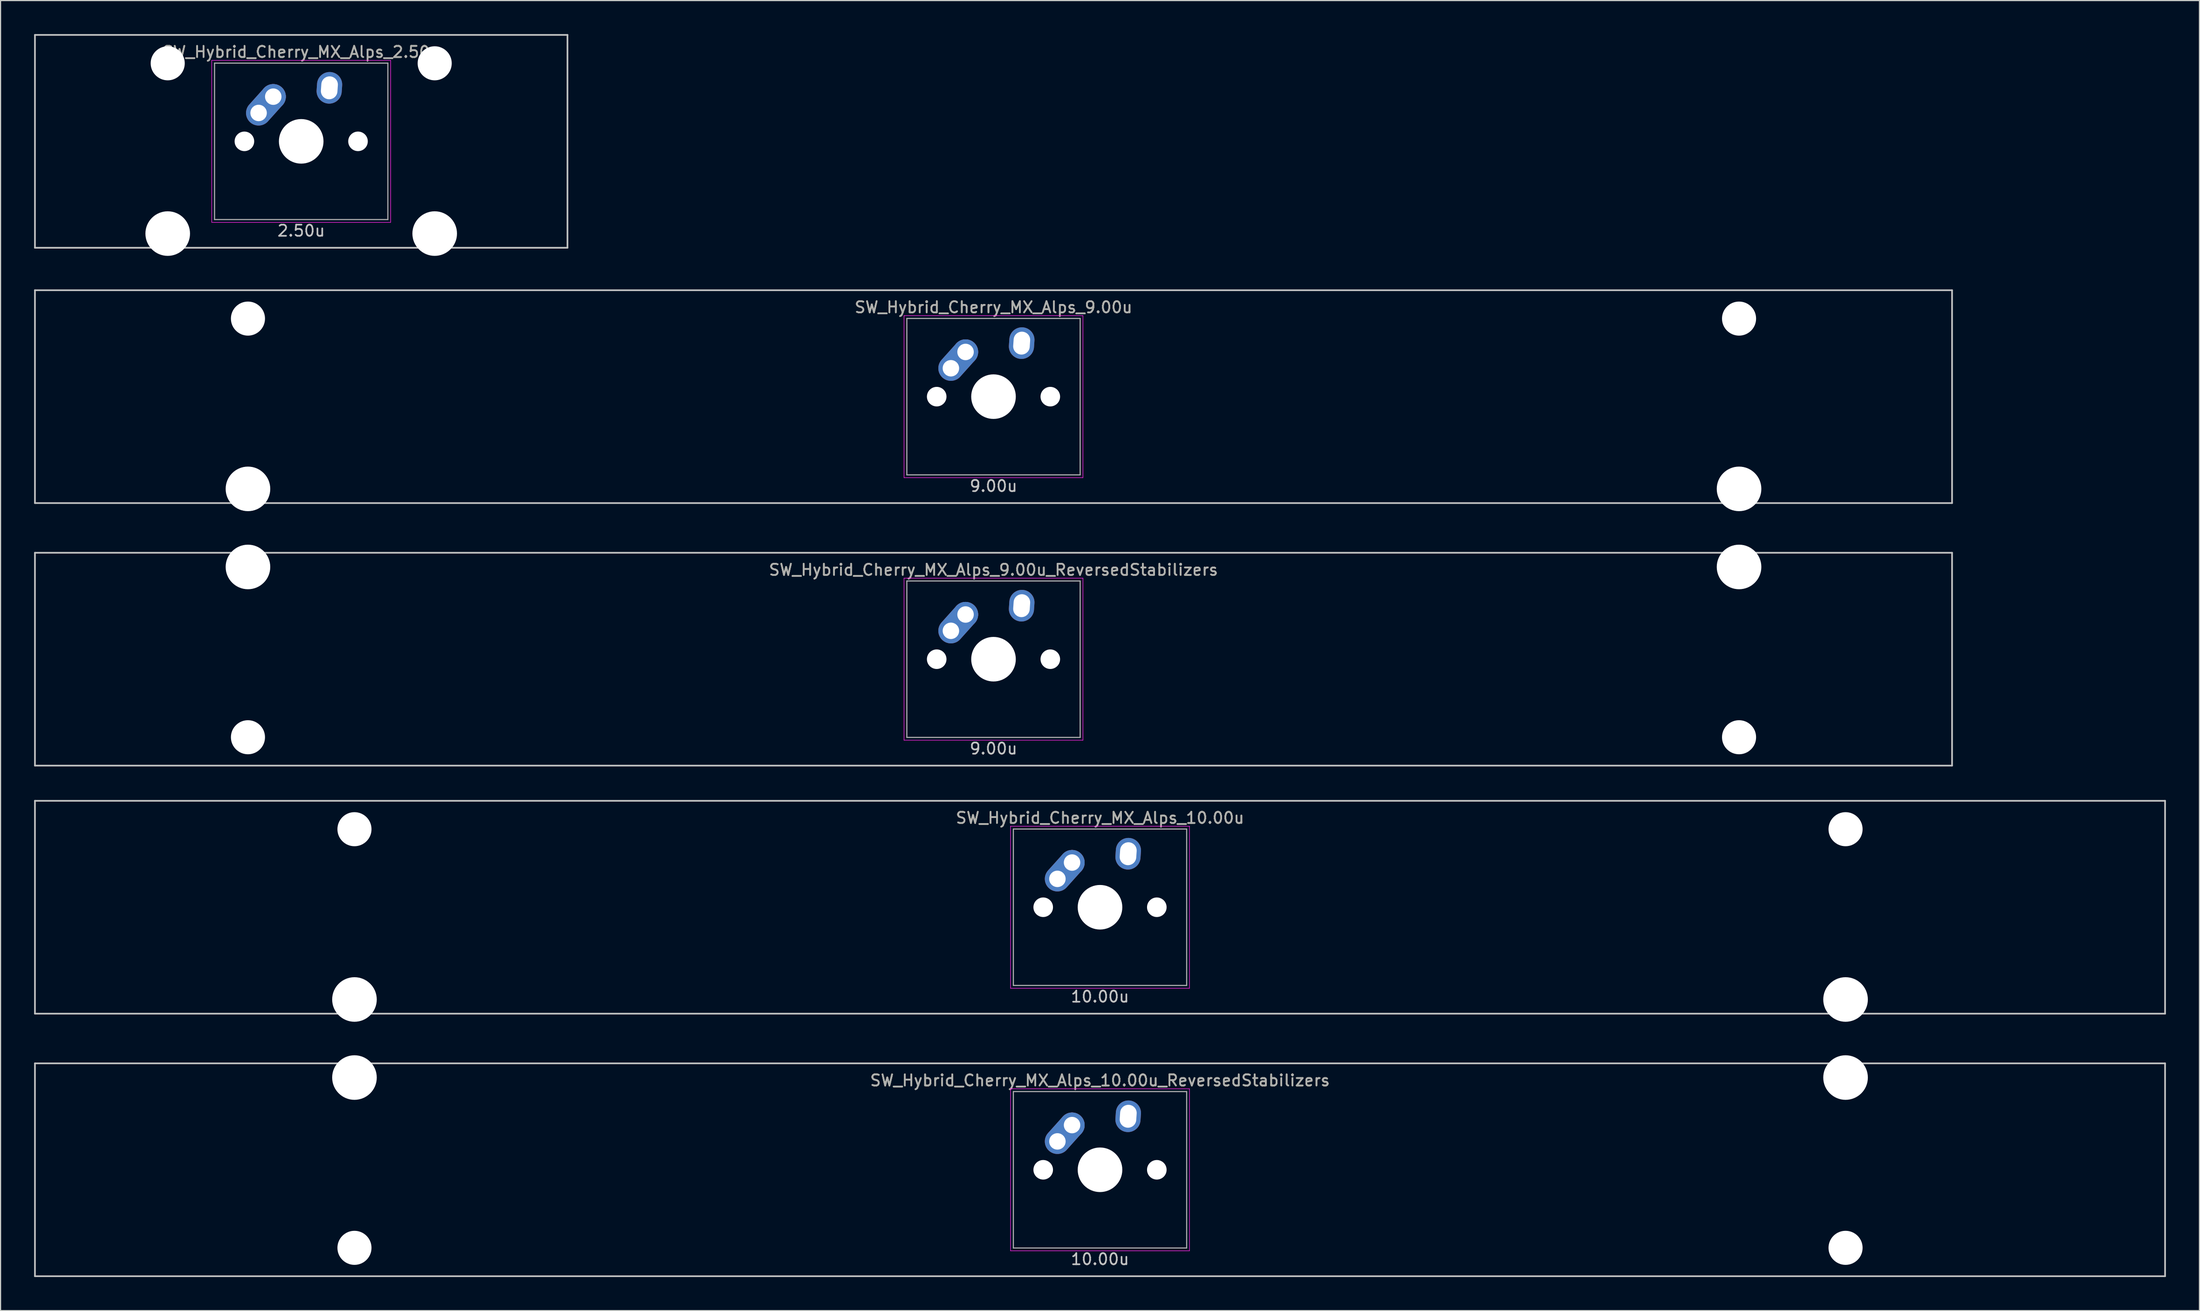
<source format=kicad_pcb>
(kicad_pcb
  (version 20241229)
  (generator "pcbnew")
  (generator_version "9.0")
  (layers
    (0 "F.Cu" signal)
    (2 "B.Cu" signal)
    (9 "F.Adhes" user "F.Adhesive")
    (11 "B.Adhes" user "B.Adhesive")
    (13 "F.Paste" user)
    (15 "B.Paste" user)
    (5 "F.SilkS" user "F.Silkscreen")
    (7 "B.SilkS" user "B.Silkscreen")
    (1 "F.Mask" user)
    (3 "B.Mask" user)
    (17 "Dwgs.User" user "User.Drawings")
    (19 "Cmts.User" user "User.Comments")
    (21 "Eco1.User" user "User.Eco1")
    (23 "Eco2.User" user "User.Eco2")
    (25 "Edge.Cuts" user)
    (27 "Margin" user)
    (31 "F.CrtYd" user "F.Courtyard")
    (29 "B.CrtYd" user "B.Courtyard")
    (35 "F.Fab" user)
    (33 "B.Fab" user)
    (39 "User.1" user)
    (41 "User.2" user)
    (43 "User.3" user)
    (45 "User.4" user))
  (footprint "SW_Hybrid_Cherry_MX_Alps_2.50u"
    (layer "F.Cu")
    (at 23.887 9.6)
    (property "Reference" "SW_Hybrid_Cherry_MX_Alps_2.50u" (at 0 -8 0) (layer "F.SilkS") (effects (font (size 1 1) (thickness 0.15))))
    (attr through_hole)
    (fp_line (start -23.812 -9.525) (end 23.812 -9.525) (stroke (width 0.15) (type solid)) (layer "Dwgs.User"))
    (fp_line (start -23.812 9.525) (end -23.812 -9.525) (stroke (width 0.15) (type solid)) (layer "Dwgs.User"))
    (fp_line (start -23.812 9.525) (end 23.812 9.525) (stroke (width 0.15) (type solid)) (layer "Dwgs.User"))
    (fp_line (start 23.812 -9.525) (end 23.812 9.525) (stroke (width 0.15) (type solid)) (layer "Dwgs.User"))
    (fp_line (start -8 -7.25) (end 8 -7.25) (stroke (width 0.05) (type solid)) (layer "F.CrtYd"))
    (fp_line (start -8 7.25) (end -8 -7.25) (stroke (width 0.05) (type solid)) (layer "F.CrtYd"))
    (fp_line (start 8 -7.25) (end 8 7.25) (stroke (width 0.05) (type solid)) (layer "F.CrtYd"))
    (fp_line (start 8 7.25) (end -8 7.25) (stroke (width 0.05) (type solid)) (layer "F.CrtYd"))
    (fp_line (start -7.75 -7) (end 7.75 -7) (stroke (width 0.1) (type solid)) (layer "F.Fab"))
    (fp_line (start -7.75 7) (end -7.75 -7) (stroke (width 0.1) (type solid)) (layer "F.Fab"))
    (fp_line (start 7.75 -7) (end 7.75 7) (stroke (width 0.1) (type solid)) (layer "F.Fab"))
    (fp_line (start 7.75 7) (end -7.75 7) (stroke (width 0.1) (type solid)) (layer "F.Fab"))
    (fp_text user "2.50u" (at 0 8 0) (layer "Dwgs.User") (effects (font (size 1 1) (thickness 0.15))))
    (fp_text user "${REFERENCE}" (at 0 -8 0) (layer "F.Fab") (effects (font (size 1 1) (thickness 0.15))))
    (pad "" np_thru_hole circle (at -11.938 -6.985) (size 3.048 3.048) (drill 3.048) (layers "*.Cu" "*.Mask"))
    (pad "" np_thru_hole circle (at -11.938 8.255) (size 3.988 3.988) (drill 3.988) (layers "*.Cu" "*.Mask"))
    (pad "" np_thru_hole circle (at -5.08 0 48.1) (size 1.75 1.75) (drill 1.75) (layers "*.Cu" "*.Mask"))
    (pad "" np_thru_hole circle (at 0 0) (size 3.988 3.988) (drill 3.988) (layers "*.Cu" "*.Mask"))
    (pad "" np_thru_hole circle (at 5.08 0 48.1) (size 1.75 1.75) (drill 1.75) (layers "*.Cu" "*.Mask"))
    (pad "" np_thru_hole circle (at 11.938 -6.985) (size 3.048 3.048) (drill 3.048) (layers "*.Cu" "*.Mask"))
    (pad "" np_thru_hole circle (at 11.938 8.255) (size 3.988 3.988) (drill 3.988) (layers "*.Cu" "*.Mask"))
    (pad "1" thru_hole oval (at -3.81 -2.54 48.1) (size 4.212 2.25) (drill 1.47 (offset 0.981 0)) (layers "*.Cu" "B.Mask"))
    (pad "1" thru_hole circle (at -2.5 -4) (size 2.25 2.25) (drill 1.47) (layers "*.Cu" "B.Mask"))
    (pad "2" thru_hole oval (at 2.52 -4.79 86) (size 2.831 2.25) (drill oval 2.051 1.48) (layers "*.Cu" "B.Mask")))
  (footprint "SW_Hybrid_Cherry_MX_Alps_10.00u"
    (layer "F.Cu")
    (at 95.325 78.147)
    (property "Reference" "SW_Hybrid_Cherry_MX_Alps_10.00u" (at 0 -8 0) (layer "F.SilkS") (effects (font (size 1 1) (thickness 0.15))))
    (attr through_hole)
    (fp_line (start -95.25 -9.525) (end 95.25 -9.525) (stroke (width 0.15) (type solid)) (layer "Dwgs.User"))
    (fp_line (start -95.25 9.525) (end -95.25 -9.525) (stroke (width 0.15) (type solid)) (layer "Dwgs.User"))
    (fp_line (start -95.25 9.525) (end 95.25 9.525) (stroke (width 0.15) (type solid)) (layer "Dwgs.User"))
    (fp_line (start 95.25 -9.525) (end 95.25 9.525) (stroke (width 0.15) (type solid)) (layer "Dwgs.User"))
    (fp_line (start -8 -7.25) (end 8 -7.25) (stroke (width 0.05) (type solid)) (layer "F.CrtYd"))
    (fp_line (start -8 7.25) (end -8 -7.25) (stroke (width 0.05) (type solid)) (layer "F.CrtYd"))
    (fp_line (start 8 -7.25) (end 8 7.25) (stroke (width 0.05) (type solid)) (layer "F.CrtYd"))
    (fp_line (start 8 7.25) (end -8 7.25) (stroke (width 0.05) (type solid)) (layer "F.CrtYd"))
    (fp_line (start -7.75 -7) (end 7.75 -7) (stroke (width 0.1) (type solid)) (layer "F.Fab"))
    (fp_line (start -7.75 7) (end -7.75 -7) (stroke (width 0.1) (type solid)) (layer "F.Fab"))
    (fp_line (start 7.75 -7) (end 7.75 7) (stroke (width 0.1) (type solid)) (layer "F.Fab"))
    (fp_line (start 7.75 7) (end -7.75 7) (stroke (width 0.1) (type solid)) (layer "F.Fab"))
    (fp_text user "10.00u" (at 0 8 0) (layer "Dwgs.User") (effects (font (size 1 1) (thickness 0.15))))
    (fp_text user "${REFERENCE}" (at 0 -8 0) (layer "F.Fab") (effects (font (size 1 1) (thickness 0.15))))
    (pad "" np_thru_hole circle (at -66.675 -6.985) (size 3.048 3.048) (drill 3.048) (layers "*.Cu" "*.Mask"))
    (pad "" np_thru_hole circle (at -66.675 8.255) (size 3.988 3.988) (drill 3.988) (layers "*.Cu" "*.Mask"))
    (pad "" np_thru_hole circle (at -5.08 0 48.1) (size 1.75 1.75) (drill 1.75) (layers "*.Cu" "*.Mask"))
    (pad "" np_thru_hole circle (at 0 0) (size 3.988 3.988) (drill 3.988) (layers "*.Cu" "*.Mask"))
    (pad "" np_thru_hole circle (at 5.08 0 48.1) (size 1.75 1.75) (drill 1.75) (layers "*.Cu" "*.Mask"))
    (pad "" np_thru_hole circle (at 66.675 -6.985) (size 3.048 3.048) (drill 3.048) (layers "*.Cu" "*.Mask"))
    (pad "" np_thru_hole circle (at 66.675 8.255) (size 3.988 3.988) (drill 3.988) (layers "*.Cu" "*.Mask"))
    (pad "1" thru_hole oval (at -3.81 -2.54 48.1) (size 4.212 2.25) (drill 1.47 (offset 0.981 0)) (layers "*.Cu" "B.Mask"))
    (pad "1" thru_hole circle (at -2.5 -4) (size 2.25 2.25) (drill 1.47) (layers "*.Cu" "B.Mask"))
    (pad "2" thru_hole oval (at 2.52 -4.79 86) (size 2.831 2.25) (drill oval 2.051 1.48) (layers "*.Cu" "B.Mask")))
  (footprint "SW_Hybrid_Cherry_MX_Alps_9.00u"
    (layer "F.Cu")
    (at 85.8 32.449)
    (property "Reference" "SW_Hybrid_Cherry_MX_Alps_9.00u" (at 0 -8 0) (layer "F.SilkS") (effects (font (size 1 1) (thickness 0.15))))
    (attr through_hole)
    (fp_line (start -85.725 -9.525) (end 85.725 -9.525) (stroke (width 0.15) (type solid)) (layer "Dwgs.User"))
    (fp_line (start -85.725 9.525) (end -85.725 -9.525) (stroke (width 0.15) (type solid)) (layer "Dwgs.User"))
    (fp_line (start -85.725 9.525) (end 85.725 9.525) (stroke (width 0.15) (type solid)) (layer "Dwgs.User"))
    (fp_line (start 85.725 -9.525) (end 85.725 9.525) (stroke (width 0.15) (type solid)) (layer "Dwgs.User"))
    (fp_line (start -8 -7.25) (end 8 -7.25) (stroke (width 0.05) (type solid)) (layer "F.CrtYd"))
    (fp_line (start -8 7.25) (end -8 -7.25) (stroke (width 0.05) (type solid)) (layer "F.CrtYd"))
    (fp_line (start 8 -7.25) (end 8 7.25) (stroke (width 0.05) (type solid)) (layer "F.CrtYd"))
    (fp_line (start 8 7.25) (end -8 7.25) (stroke (width 0.05) (type solid)) (layer "F.CrtYd"))
    (fp_line (start -7.75 -7) (end 7.75 -7) (stroke (width 0.1) (type solid)) (layer "F.Fab"))
    (fp_line (start -7.75 7) (end -7.75 -7) (stroke (width 0.1) (type solid)) (layer "F.Fab"))
    (fp_line (start 7.75 -7) (end 7.75 7) (stroke (width 0.1) (type solid)) (layer "F.Fab"))
    (fp_line (start 7.75 7) (end -7.75 7) (stroke (width 0.1) (type solid)) (layer "F.Fab"))
    (fp_text user "9.00u" (at 0 8 0) (layer "Dwgs.User") (effects (font (size 1 1) (thickness 0.15))))
    (fp_text user "${REFERENCE}" (at 0 -8 0) (layer "F.Fab") (effects (font (size 1 1) (thickness 0.15))))
    (pad "" np_thru_hole circle (at -66.675 -6.985) (size 3.048 3.048) (drill 3.048) (layers "*.Cu" "*.Mask"))
    (pad "" np_thru_hole circle (at -66.675 8.255) (size 3.988 3.988) (drill 3.988) (layers "*.Cu" "*.Mask"))
    (pad "" np_thru_hole circle (at -5.08 0 48.1) (size 1.75 1.75) (drill 1.75) (layers "*.Cu" "*.Mask"))
    (pad "" np_thru_hole circle (at 0 0) (size 3.988 3.988) (drill 3.988) (layers "*.Cu" "*.Mask"))
    (pad "" np_thru_hole circle (at 5.08 0 48.1) (size 1.75 1.75) (drill 1.75) (layers "*.Cu" "*.Mask"))
    (pad "" np_thru_hole circle (at 66.675 -6.985) (size 3.048 3.048) (drill 3.048) (layers "*.Cu" "*.Mask"))
    (pad "" np_thru_hole circle (at 66.675 8.255) (size 3.988 3.988) (drill 3.988) (layers "*.Cu" "*.Mask"))
    (pad "1" thru_hole oval (at -3.81 -2.54 48.1) (size 4.212 2.25) (drill 1.47 (offset 0.981 0)) (layers "*.Cu" "B.Mask"))
    (pad "1" thru_hole circle (at -2.5 -4) (size 2.25 2.25) (drill 1.47) (layers "*.Cu" "B.Mask"))
    (pad "2" thru_hole oval (at 2.52 -4.79 86) (size 2.831 2.25) (drill oval 2.051 1.48) (layers "*.Cu" "B.Mask")))
  (footprint "SW_Hybrid_Cherry_MX_Alps_10.00u_ReversedStabilizers"
    (layer "F.Cu")
    (at 95.325 101.644)
    (property "Reference" "SW_Hybrid_Cherry_MX_Alps_10.00u_ReversedStabilizers" (at 0 -8 0) (layer "F.SilkS") (effects (font (size 1 1) (thickness 0.15))))
    (attr through_hole)
    (fp_line (start -95.25 -9.525) (end 95.25 -9.525) (stroke (width 0.15) (type solid)) (layer "Dwgs.User"))
    (fp_line (start -95.25 9.525) (end -95.25 -9.525) (stroke (width 0.15) (type solid)) (layer "Dwgs.User"))
    (fp_line (start -95.25 9.525) (end 95.25 9.525) (stroke (width 0.15) (type solid)) (layer "Dwgs.User"))
    (fp_line (start 95.25 -9.525) (end 95.25 9.525) (stroke (width 0.15) (type solid)) (layer "Dwgs.User"))
    (fp_line (start -8 -7.25) (end 8 -7.25) (stroke (width 0.05) (type solid)) (layer "F.CrtYd"))
    (fp_line (start -8 7.25) (end -8 -7.25) (stroke (width 0.05) (type solid)) (layer "F.CrtYd"))
    (fp_line (start 8 -7.25) (end 8 7.25) (stroke (width 0.05) (type solid)) (layer "F.CrtYd"))
    (fp_line (start 8 7.25) (end -8 7.25) (stroke (width 0.05) (type solid)) (layer "F.CrtYd"))
    (fp_line (start -7.75 -7) (end 7.75 -7) (stroke (width 0.1) (type solid)) (layer "F.Fab"))
    (fp_line (start -7.75 7) (end -7.75 -7) (stroke (width 0.1) (type solid)) (layer "F.Fab"))
    (fp_line (start 7.75 -7) (end 7.75 7) (stroke (width 0.1) (type solid)) (layer "F.Fab"))
    (fp_line (start 7.75 7) (end -7.75 7) (stroke (width 0.1) (type solid)) (layer "F.Fab"))
    (fp_text user "10.00u" (at 0 8 0) (layer "Dwgs.User") (effects (font (size 1 1) (thickness 0.15))))
    (fp_text user "${REFERENCE}" (at 0 -8 0) (layer "F.Fab") (effects (font (size 1 1) (thickness 0.15))))
    (pad "" np_thru_hole circle (at -66.675 -8.255) (size 3.988 3.988) (drill 3.988) (layers "*.Cu" "*.Mask"))
    (pad "" np_thru_hole circle (at -66.675 6.985) (size 3.048 3.048) (drill 3.048) (layers "*.Cu" "*.Mask"))
    (pad "" np_thru_hole circle (at -5.08 0 48.1) (size 1.75 1.75) (drill 1.75) (layers "*.Cu" "*.Mask"))
    (pad "" np_thru_hole circle (at 0 0) (size 3.988 3.988) (drill 3.988) (layers "*.Cu" "*.Mask"))
    (pad "" np_thru_hole circle (at 5.08 0 48.1) (size 1.75 1.75) (drill 1.75) (layers "*.Cu" "*.Mask"))
    (pad "" np_thru_hole circle (at 66.675 -8.255) (size 3.988 3.988) (drill 3.988) (layers "*.Cu" "*.Mask"))
    (pad "" np_thru_hole circle (at 66.675 6.985) (size 3.048 3.048) (drill 3.048) (layers "*.Cu" "*.Mask"))
    (pad "1" thru_hole oval (at -3.81 -2.54 48.1) (size 4.212 2.25) (drill 1.47 (offset 0.981 0)) (layers "*.Cu" "B.Mask"))
    (pad "1" thru_hole circle (at -2.5 -4) (size 2.25 2.25) (drill 1.47) (layers "*.Cu" "B.Mask"))
    (pad "2" thru_hole oval (at 2.52 -4.79 86) (size 2.831 2.25) (drill oval 2.051 1.48) (layers "*.Cu" "B.Mask")))
  (footprint "SW_Hybrid_Cherry_MX_Alps_9.00u_ReversedStabilizers"
    (layer "F.Cu")
    (at 85.8 55.947)
    (property "Reference" "SW_Hybrid_Cherry_MX_Alps_9.00u_ReversedStabilizers" (at 0 -8 0) (layer "F.SilkS") (effects (font (size 1 1) (thickness 0.15))))
    (attr through_hole)
    (fp_line (start -85.725 -9.525) (end 85.725 -9.525) (stroke (width 0.15) (type solid)) (layer "Dwgs.User"))
    (fp_line (start -85.725 9.525) (end -85.725 -9.525) (stroke (width 0.15) (type solid)) (layer "Dwgs.User"))
    (fp_line (start -85.725 9.525) (end 85.725 9.525) (stroke (width 0.15) (type solid)) (layer "Dwgs.User"))
    (fp_line (start 85.725 -9.525) (end 85.725 9.525) (stroke (width 0.15) (type solid)) (layer "Dwgs.User"))
    (fp_line (start -8 -7.25) (end 8 -7.25) (stroke (width 0.05) (type solid)) (layer "F.CrtYd"))
    (fp_line (start -8 7.25) (end -8 -7.25) (stroke (width 0.05) (type solid)) (layer "F.CrtYd"))
    (fp_line (start 8 -7.25) (end 8 7.25) (stroke (width 0.05) (type solid)) (layer "F.CrtYd"))
    (fp_line (start 8 7.25) (end -8 7.25) (stroke (width 0.05) (type solid)) (layer "F.CrtYd"))
    (fp_line (start -7.75 -7) (end 7.75 -7) (stroke (width 0.1) (type solid)) (layer "F.Fab"))
    (fp_line (start -7.75 7) (end -7.75 -7) (stroke (width 0.1) (type solid)) (layer "F.Fab"))
    (fp_line (start 7.75 -7) (end 7.75 7) (stroke (width 0.1) (type solid)) (layer "F.Fab"))
    (fp_line (start 7.75 7) (end -7.75 7) (stroke (width 0.1) (type solid)) (layer "F.Fab"))
    (fp_text user "9.00u" (at 0 8 0) (layer "Dwgs.User") (effects (font (size 1 1) (thickness 0.15))))
    (fp_text user "${REFERENCE}" (at 0 -8 0) (layer "F.Fab") (effects (font (size 1 1) (thickness 0.15))))
    (pad "" np_thru_hole circle (at -66.675 -8.255) (size 3.988 3.988) (drill 3.988) (layers "*.Cu" "*.Mask"))
    (pad "" np_thru_hole circle (at -66.675 6.985) (size 3.048 3.048) (drill 3.048) (layers "*.Cu" "*.Mask"))
    (pad "" np_thru_hole circle (at -5.08 0 48.1) (size 1.75 1.75) (drill 1.75) (layers "*.Cu" "*.Mask"))
    (pad "" np_thru_hole circle (at 0 0) (size 3.988 3.988) (drill 3.988) (layers "*.Cu" "*.Mask"))
    (pad "" np_thru_hole circle (at 5.08 0 48.1) (size 1.75 1.75) (drill 1.75) (layers "*.Cu" "*.Mask"))
    (pad "" np_thru_hole circle (at 66.675 -8.255) (size 3.988 3.988) (drill 3.988) (layers "*.Cu" "*.Mask"))
    (pad "" np_thru_hole circle (at 66.675 6.985) (size 3.048 3.048) (drill 3.048) (layers "*.Cu" "*.Mask"))
    (pad "1" thru_hole oval (at -3.81 -2.54 48.1) (size 4.212 2.25) (drill 1.47 (offset 0.981 0)) (layers "*.Cu" "B.Mask"))
    (pad "1" thru_hole circle (at -2.5 -4) (size 2.25 2.25) (drill 1.47) (layers "*.Cu" "B.Mask"))
    (pad "2" thru_hole oval (at 2.52 -4.79 86) (size 2.831 2.25) (drill oval 2.051 1.48) (layers "*.Cu" "B.Mask")))
  (gr_rect
    (start -3 -3)
    (end 193.65 114.245)
    (stroke (width 0.1) (type default))
    (fill no)
    (layer "Edge.Cuts")))
</source>
